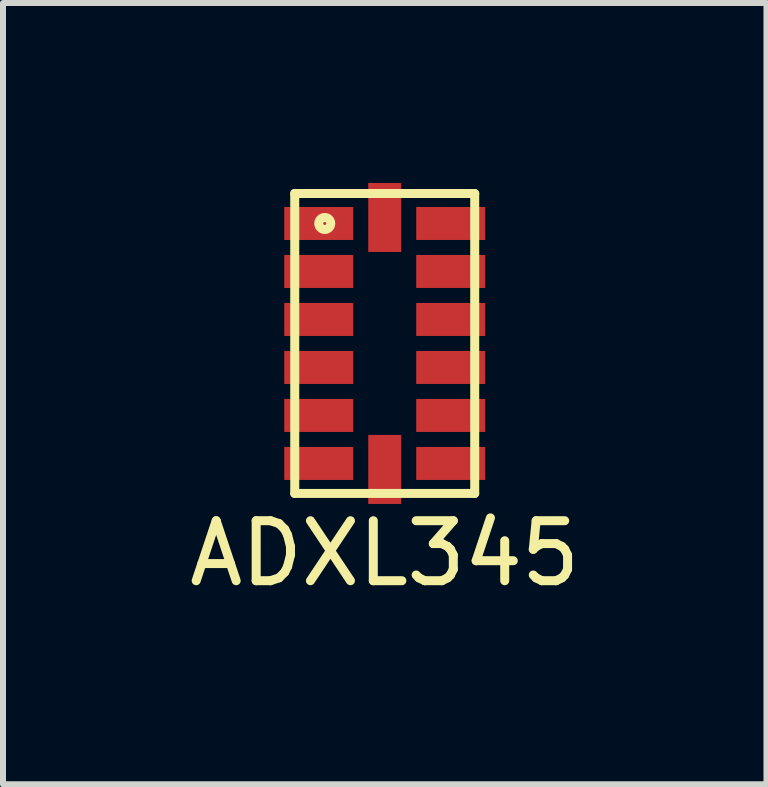
<source format=kicad_pcb>
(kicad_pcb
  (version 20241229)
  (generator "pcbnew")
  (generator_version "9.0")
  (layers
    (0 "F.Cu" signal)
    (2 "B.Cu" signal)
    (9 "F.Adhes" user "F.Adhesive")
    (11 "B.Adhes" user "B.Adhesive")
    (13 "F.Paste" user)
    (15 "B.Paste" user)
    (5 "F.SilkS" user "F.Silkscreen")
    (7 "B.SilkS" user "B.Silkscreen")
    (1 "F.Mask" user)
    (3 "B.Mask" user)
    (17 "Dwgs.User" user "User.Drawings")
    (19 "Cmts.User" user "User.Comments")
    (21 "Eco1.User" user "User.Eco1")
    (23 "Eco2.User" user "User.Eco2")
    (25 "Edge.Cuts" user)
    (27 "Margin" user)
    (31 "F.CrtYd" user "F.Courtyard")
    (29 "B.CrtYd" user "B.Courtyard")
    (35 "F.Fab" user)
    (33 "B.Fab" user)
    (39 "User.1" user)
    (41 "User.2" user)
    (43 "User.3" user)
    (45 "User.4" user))
  (footprint "ADXL345"
    (layer "F.Cu")
    (at 3.363 2.675)
    (property "Reference" "ADXL345" (at 0 3.5 0) (layer "F.SilkS") (effects (font (size 1 1) (thickness 0.15))))
    (attr through_hole)
    (fp_line (start -1.5 -2.5) (end 1.5 -2.5) (stroke (width 0.15) (type solid)) (layer "F.SilkS"))
    (fp_line (start -1.5 2.5) (end -1.5 -2.5) (stroke (width 0.15) (type solid)) (layer "F.SilkS"))
    (fp_line (start 1.5 -2.5) (end 1.5 2.5) (stroke (width 0.15) (type solid)) (layer "F.SilkS"))
    (fp_line (start 1.5 2.5) (end -1.5 2.5) (stroke (width 0.15) (type solid)) (layer "F.SilkS"))
    (fp_circle (center -1 -2) (end -0.9 -2) (stroke (width 0.15) (type solid)) (fill no) (layer "F.SilkS"))
    (pad "1" smd rect (at -1.1 -2) (size 1.15 0.55) (layers "F.Cu" "F.Mask" "F.Paste"))
    (pad "2" smd rect (at -1.1 -1.2) (size 1.15 0.55) (layers "F.Cu" "F.Mask" "F.Paste"))
    (pad "3" smd rect (at -1.1 -0.4) (size 1.15 0.55) (layers "F.Cu" "F.Mask" "F.Paste"))
    (pad "4" smd rect (at -1.1 0.4) (size 1.15 0.55) (layers "F.Cu" "F.Mask" "F.Paste"))
    (pad "5" smd rect (at -1.1 1.2) (size 1.15 0.55) (layers "F.Cu" "F.Mask" "F.Paste"))
    (pad "6" smd rect (at -1.1 2) (size 1.15 0.55) (layers "F.Cu" "F.Mask" "F.Paste"))
    (pad "7" smd rect (at 0 2.1) (size 0.55 1.15) (layers "F.Cu" "F.Mask" "F.Paste"))
    (pad "8" smd rect (at 1.1 2) (size 1.15 0.55) (layers "F.Cu" "F.Mask" "F.Paste"))
    (pad "9" smd rect (at 1.1 1.2) (size 1.15 0.55) (layers "F.Cu" "F.Mask" "F.Paste"))
    (pad "10" smd rect (at 1.1 0.4) (size 1.15 0.55) (layers "F.Cu" "F.Mask" "F.Paste"))
    (pad "11" smd rect (at 1.1 -0.4) (size 1.15 0.55) (layers "F.Cu" "F.Mask" "F.Paste"))
    (pad "12" smd rect (at 1.1 -1.2) (size 1.15 0.55) (layers "F.Cu" "F.Mask" "F.Paste"))
    (pad "13" smd rect (at 1.1 -2) (size 1.15 0.55) (layers "F.Cu" "F.Mask" "F.Paste"))
    (pad "14" smd rect (at 0 -2.1) (size 0.55 1.15) (layers "F.Cu" "F.Mask" "F.Paste")))
  (gr_rect
    (start -3 -3)
    (end 9.726 10.023)
    (stroke (width 0.1) (type default))
    (fill no)
    (layer "Edge.Cuts")))
</source>
